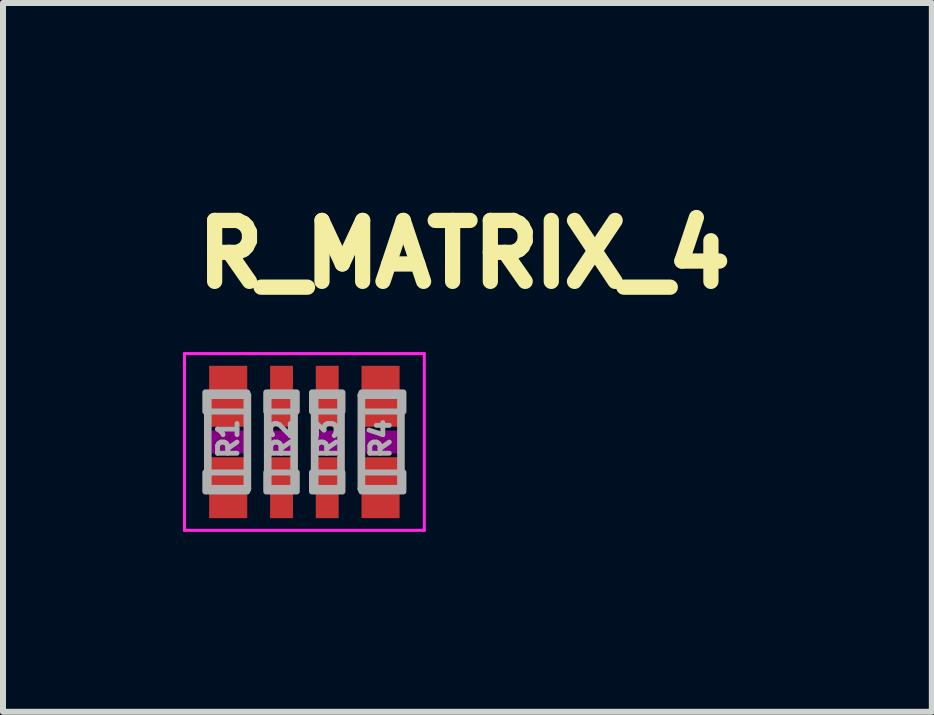
<source format=kicad_pcb>
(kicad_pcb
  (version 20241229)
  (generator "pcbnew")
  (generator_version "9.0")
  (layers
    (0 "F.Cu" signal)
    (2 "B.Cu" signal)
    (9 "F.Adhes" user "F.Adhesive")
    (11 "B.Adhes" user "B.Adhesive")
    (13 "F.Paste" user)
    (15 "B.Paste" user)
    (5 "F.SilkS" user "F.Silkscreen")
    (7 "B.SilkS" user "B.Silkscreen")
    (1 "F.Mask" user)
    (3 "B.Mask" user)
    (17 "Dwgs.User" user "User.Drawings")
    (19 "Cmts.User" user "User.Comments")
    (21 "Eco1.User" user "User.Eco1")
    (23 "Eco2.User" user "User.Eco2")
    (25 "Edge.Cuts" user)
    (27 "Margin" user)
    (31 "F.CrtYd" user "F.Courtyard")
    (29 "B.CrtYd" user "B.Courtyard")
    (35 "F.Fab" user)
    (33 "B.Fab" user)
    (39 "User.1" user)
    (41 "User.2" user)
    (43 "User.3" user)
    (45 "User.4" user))
  (footprint "R_MATRIX_4"
    (layer "F.Cu")
    (at 2.024 4.318)
    (property "Reference" "R_MATRIX_4" (at -1.905 -2.54 0) (layer "F.SilkS") (effects (font (size 1.016 1.016) (thickness 0.254)) (justify left bottom)))
    (fp_poly (pts (xy -1.651 -0.203) (xy -0.889 -0.203) (xy -0.889 -1.321) (xy -1.651 -1.321)) (stroke (width 0) (type solid)) (fill yes) (layer "F.Mask"))
    (fp_poly (pts (xy -1.651 1.321) (xy -0.889 1.321) (xy -0.889 0.203) (xy -1.651 0.203)) (stroke (width 0) (type solid)) (fill yes) (layer "F.Mask"))
    (fp_poly (pts (xy -0.635 -0.203) (xy -0.127 -0.203) (xy -0.127 -1.321) (xy -0.635 -1.321)) (stroke (width 0) (type solid)) (fill yes) (layer "F.Mask"))
    (fp_poly (pts (xy -0.635 1.321) (xy -0.127 1.321) (xy -0.127 0.203) (xy -0.635 0.203)) (stroke (width 0) (type solid)) (fill yes) (layer "F.Mask"))
    (fp_poly (pts (xy 0.127 -0.203) (xy 0.635 -0.203) (xy 0.635 -1.321) (xy 0.127 -1.321)) (stroke (width 0) (type solid)) (fill yes) (layer "F.Mask"))
    (fp_poly (pts (xy 0.127 1.321) (xy 0.635 1.321) (xy 0.635 0.203) (xy 0.127 0.203)) (stroke (width 0) (type solid)) (fill yes) (layer "F.Mask"))
    (fp_poly (pts (xy 0.889 -0.203) (xy 1.651 -0.203) (xy 1.651 -1.321) (xy 0.889 -1.321)) (stroke (width 0) (type solid)) (fill yes) (layer "F.Mask"))
    (fp_poly (pts (xy 0.889 1.321) (xy 1.651 1.321) (xy 1.651 0.203) (xy 0.889 0.203)) (stroke (width 0) (type solid)) (fill yes) (layer "F.Mask"))
    (fp_poly (pts (xy -0.889 0.191) (xy -0.889 -0.191) (xy -1.651 -0.191) (xy -1.651 0.191)) (stroke (width 0) (type solid)) (fill yes) (layer "F.Adhes"))
    (fp_poly (pts (xy -0.127 0.191) (xy -0.127 -0.191) (xy -0.635 -0.191) (xy -0.635 0.191)) (stroke (width 0) (type solid)) (fill yes) (layer "F.Adhes"))
    (fp_poly (pts (xy 0.635 0.191) (xy 0.635 -0.191) (xy 0.127 -0.191) (xy 0.127 0.191)) (stroke (width 0) (type solid)) (fill yes) (layer "F.Adhes"))
    (fp_poly (pts (xy 1.651 0.191) (xy 1.651 -0.191) (xy 0.889 -0.191) (xy 0.889 0.191)) (stroke (width 0) (type solid)) (fill yes) (layer "F.Adhes"))
    (fp_poly (pts (xy -1.587 -0.254) (xy -0.953 -0.254) (xy -0.953 -1.27) (xy -1.587 -1.27)) (stroke (width 0) (type solid)) (fill yes) (layer "F.Paste"))
    (fp_poly (pts (xy -1.587 1.27) (xy -0.953 1.27) (xy -0.953 0.254) (xy -1.587 0.254)) (stroke (width 0) (type solid)) (fill yes) (layer "F.Paste"))
    (fp_poly (pts (xy -0.572 -0.254) (xy -0.191 -0.254) (xy -0.191 -1.27) (xy -0.572 -1.27)) (stroke (width 0) (type solid)) (fill yes) (layer "F.Paste"))
    (fp_poly (pts (xy -0.572 1.27) (xy -0.191 1.27) (xy -0.191 0.254) (xy -0.572 0.254)) (stroke (width 0) (type solid)) (fill yes) (layer "F.Paste"))
    (fp_poly (pts (xy 0.191 -0.254) (xy 0.572 -0.254) (xy 0.572 -1.27) (xy 0.191 -1.27)) (stroke (width 0) (type solid)) (fill yes) (layer "F.Paste"))
    (fp_poly (pts (xy 0.191 1.27) (xy 0.572 1.27) (xy 0.572 0.254) (xy 0.191 0.254)) (stroke (width 0) (type solid)) (fill yes) (layer "F.Paste"))
    (fp_poly (pts (xy 0.953 -0.254) (xy 1.587 -0.254) (xy 1.587 -1.27) (xy 0.953 -1.27)) (stroke (width 0) (type solid)) (fill yes) (layer "F.Paste"))
    (fp_poly (pts (xy 0.953 1.27) (xy 1.587 1.27) (xy 1.587 0.254) (xy 0.953 0.254)) (stroke (width 0) (type solid)) (fill yes) (layer "F.Paste"))
    (fp_line (start -1.999 -1.473) (end 1.999 -1.473) (stroke (width 0.051) (type solid)) (layer "F.CrtYd"))
    (fp_line (start -1.999 1.473) (end -1.999 -1.473) (stroke (width 0.051) (type solid)) (layer "F.CrtYd"))
    (fp_line (start 1.999 -1.473) (end 1.999 1.473) (stroke (width 0.051) (type solid)) (layer "F.CrtYd"))
    (fp_line (start 1.999 1.473) (end -1.999 1.473) (stroke (width 0.051) (type solid)) (layer "F.CrtYd"))
    (fp_line (start -1.61 -0.78) (end -0.95 -0.78) (stroke (width 0.127) (type solid)) (layer "F.Fab"))
    (fp_line (start -1.61 0.78) (end -1.61 -0.78) (stroke (width 0.127) (type solid)) (layer "F.Fab"))
    (fp_line (start -0.95 -0.78) (end -0.95 0.78) (stroke (width 0.127) (type solid)) (layer "F.Fab"))
    (fp_line (start -0.95 0.78) (end -1.61 0.78) (stroke (width 0.127) (type solid)) (layer "F.Fab"))
    (fp_line (start -0.611 -0.78) (end -0.171 -0.78) (stroke (width 0.127) (type solid)) (layer "F.Fab"))
    (fp_line (start -0.611 0.78) (end -0.611 -0.78) (stroke (width 0.127) (type solid)) (layer "F.Fab"))
    (fp_line (start -0.171 -0.78) (end -0.171 0.78) (stroke (width 0.127) (type solid)) (layer "F.Fab"))
    (fp_line (start -0.171 0.78) (end -0.611 0.78) (stroke (width 0.127) (type solid)) (layer "F.Fab"))
    (fp_line (start 0.171 -0.78) (end 0.611 -0.78) (stroke (width 0.127) (type solid)) (layer "F.Fab"))
    (fp_line (start 0.171 0.78) (end 0.171 -0.78) (stroke (width 0.127) (type solid)) (layer "F.Fab"))
    (fp_line (start 0.611 -0.78) (end 0.611 0.78) (stroke (width 0.127) (type solid)) (layer "F.Fab"))
    (fp_line (start 0.611 0.78) (end 0.171 0.78) (stroke (width 0.127) (type solid)) (layer "F.Fab"))
    (fp_line (start 0.95 -0.78) (end 1.61 -0.78) (stroke (width 0.127) (type solid)) (layer "F.Fab"))
    (fp_line (start 0.95 0.78) (end 0.95 -0.78) (stroke (width 0.127) (type solid)) (layer "F.Fab"))
    (fp_line (start 1.61 -0.78) (end 1.61 0.78) (stroke (width 0.127) (type solid)) (layer "F.Fab"))
    (fp_line (start 1.61 0.78) (end 0.95 0.78) (stroke (width 0.127) (type solid)) (layer "F.Fab"))
    (fp_poly (pts (xy -0.953 -0.508) (xy -0.953 -0.826) (xy -1.651 -0.826) (xy -1.651 -0.508)) (stroke (width 0.1) (type solid)) (fill no) (layer "F.Fab"))
    (fp_poly (pts (xy -0.953 0.825) (xy -0.953 0.508) (xy -1.651 0.508) (xy -1.651 0.825)) (stroke (width 0.1) (type solid)) (fill no) (layer "F.Fab"))
    (fp_poly (pts (xy -0.127 -0.508) (xy -0.127 -0.826) (xy -0.635 -0.826) (xy -0.635 -0.508)) (stroke (width 0.1) (type solid)) (fill no) (layer "F.Fab"))
    (fp_poly (pts (xy -0.127 0.825) (xy -0.127 0.508) (xy -0.635 0.508) (xy -0.635 0.825)) (stroke (width 0.1) (type solid)) (fill no) (layer "F.Fab"))
    (fp_poly (pts (xy 0.635 -0.508) (xy 0.635 -0.826) (xy 0.127 -0.826) (xy 0.127 -0.508)) (stroke (width 0.1) (type solid)) (fill no) (layer "F.Fab"))
    (fp_poly (pts (xy 0.635 0.825) (xy 0.635 0.508) (xy 0.127 0.508) (xy 0.127 0.825)) (stroke (width 0.1) (type solid)) (fill no) (layer "F.Fab"))
    (fp_poly (pts (xy 1.651 -0.508) (xy 1.651 -0.826) (xy 0.953 -0.826) (xy 0.953 -0.508)) (stroke (width 0.1) (type solid)) (fill no) (layer "F.Fab"))
    (fp_poly (pts (xy 1.651 0.825) (xy 1.651 0.508) (xy 0.953 0.508) (xy 0.953 0.825)) (stroke (width 0.1) (type solid)) (fill no) (layer "F.Fab"))
    (fp_text user "R3" (at 0.572 0.318 90) (layer "F.Fab") (effects (font (size 0.325 0.325) (thickness 0.081)) (justify left bottom)))
    (fp_text user "R1" (at -1.079 0.318 90) (layer "F.Fab") (effects (font (size 0.325 0.325) (thickness 0.081)) (justify left bottom)))
    (fp_text user "R2" (at -0.191 0.318 90) (layer "F.Fab") (effects (font (size 0.325 0.325) (thickness 0.081)) (justify left bottom)))
    (fp_text user "R4" (at 1.46 0.318 90) (layer "F.Fab") (effects (font (size 0.325 0.325) (thickness 0.081)) (justify left bottom)))
    (pad "1.1" smd rect (at -1.27 0.762 90) (size 1.016 0.635) (layers "F.Cu"))
    (pad "1.2" smd rect (at -1.27 -0.762 90) (size 1.016 0.635) (layers "F.Cu"))
    (pad "2.1" smd rect (at -0.381 0.762 90) (size 1.016 0.381) (layers "F.Cu"))
    (pad "2.2" smd rect (at -0.381 -0.762 90) (size 1.016 0.381) (layers "F.Cu"))
    (pad "3.1" smd rect (at 0.381 0.762 270) (size 1.016 0.381) (layers "F.Cu"))
    (pad "3.2" smd rect (at 0.381 -0.762 270) (size 1.016 0.381) (layers "F.Cu"))
    (pad "4.1" smd rect (at 1.27 0.762 270) (size 1.016 0.635) (layers "F.Cu"))
    (pad "4.2" smd rect (at 1.27 -0.762 270) (size 1.016 0.635) (layers "F.Cu")))
  (gr_rect
    (start -3 -3)
    (end 12.484 8.816)
    (stroke (width 0.1) (type default))
    (fill no)
    (layer "Edge.Cuts")))
</source>
